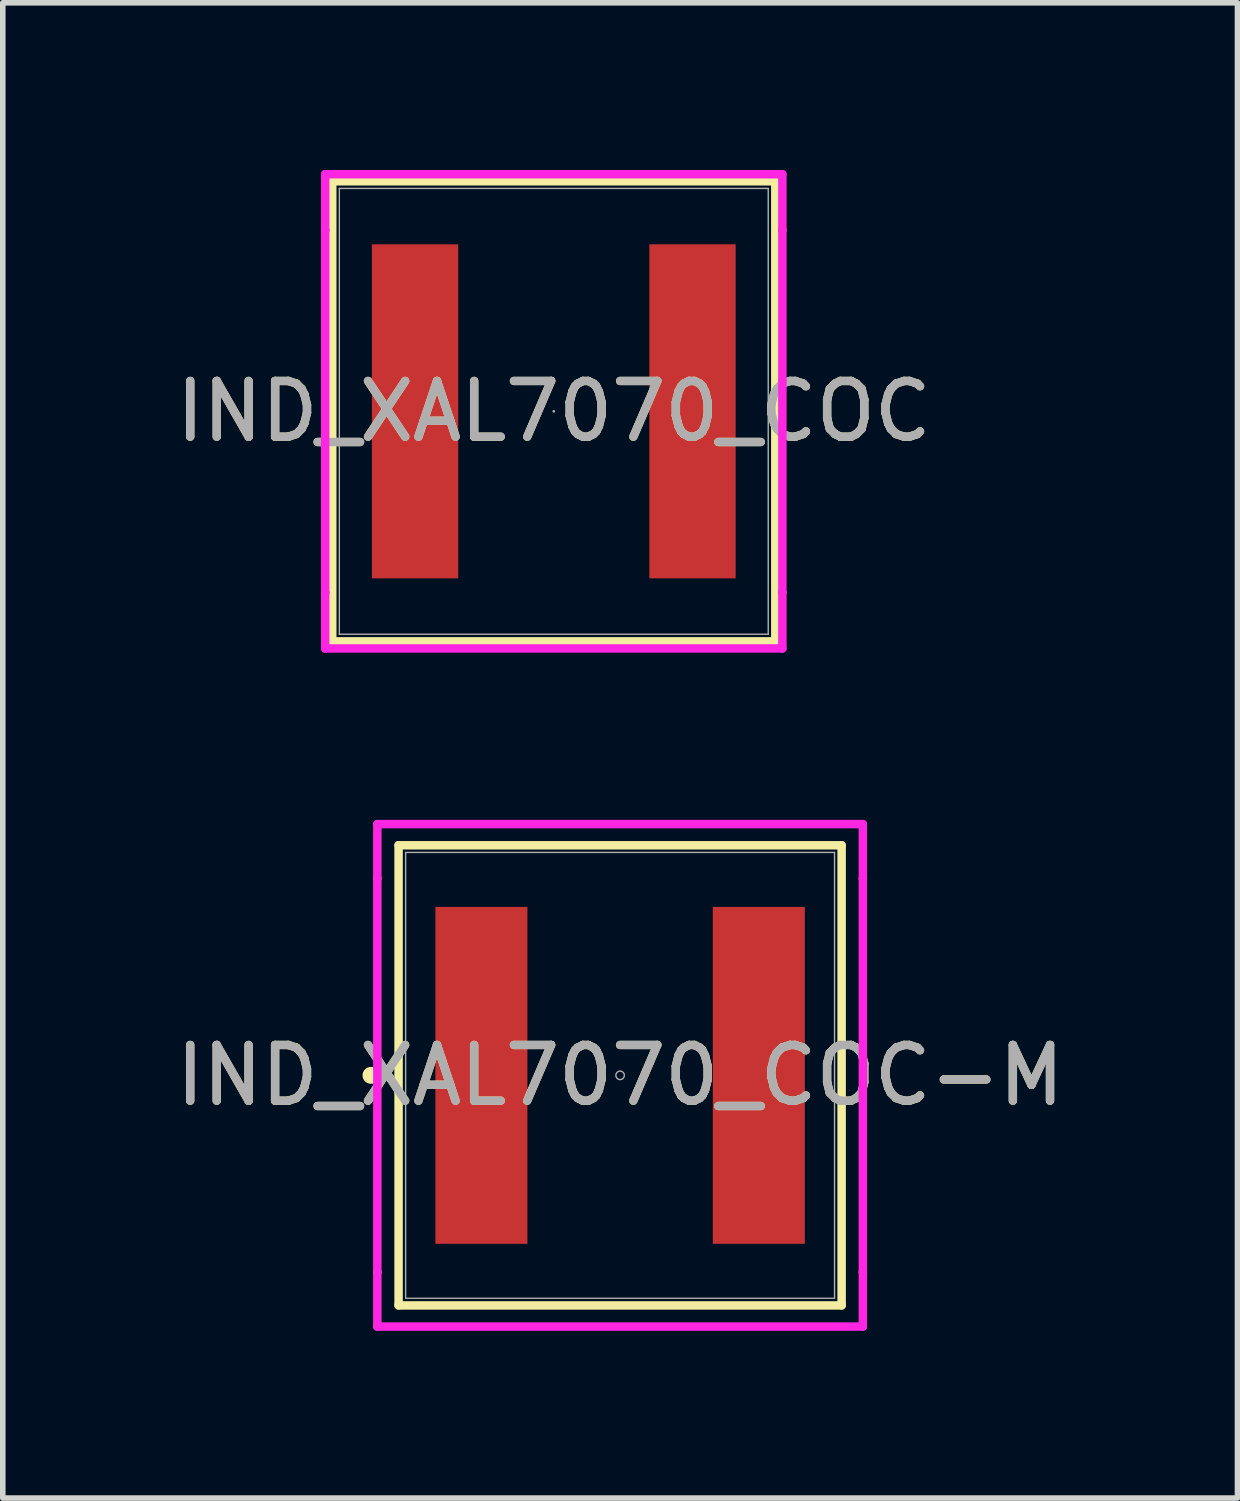
<source format=kicad_pcb>
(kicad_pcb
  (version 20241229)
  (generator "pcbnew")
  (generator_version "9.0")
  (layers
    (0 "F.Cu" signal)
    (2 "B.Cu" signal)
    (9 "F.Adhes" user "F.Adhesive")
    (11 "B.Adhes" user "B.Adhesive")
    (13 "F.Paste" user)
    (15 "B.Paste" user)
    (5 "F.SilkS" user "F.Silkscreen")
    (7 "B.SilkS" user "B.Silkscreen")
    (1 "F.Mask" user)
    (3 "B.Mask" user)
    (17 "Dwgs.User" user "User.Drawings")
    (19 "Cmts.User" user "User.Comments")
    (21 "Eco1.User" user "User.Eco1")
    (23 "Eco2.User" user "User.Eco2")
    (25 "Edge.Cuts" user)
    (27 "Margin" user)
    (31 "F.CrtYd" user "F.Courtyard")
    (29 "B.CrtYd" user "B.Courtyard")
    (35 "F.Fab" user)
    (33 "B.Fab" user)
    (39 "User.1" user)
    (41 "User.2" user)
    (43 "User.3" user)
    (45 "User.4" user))
  (footprint "IND_XAL7070_COC-M"
    (layer "F.Cu")
    (at 8.077 16.246)
    (property "Reference" "IND_XAL7070_COC-M" (at 0 0 0) (unlocked yes) (layer "F.SilkS") (effects (font (size 1 1) (thickness 0.15))))
    (attr smd)
    (fp_line (start -3.975 -4.128) (end -3.975 4.128) (stroke (width 0.152) (type solid)) (layer "F.SilkS"))
    (fp_line (start -3.975 4.128) (end 3.975 4.128) (stroke (width 0.152) (type solid)) (layer "F.SilkS"))
    (fp_line (start 3.975 -4.128) (end -3.975 -4.128) (stroke (width 0.152) (type solid)) (layer "F.SilkS"))
    (fp_line (start 3.975 4.128) (end 3.975 -4.128) (stroke (width 0.152) (type solid)) (layer "F.SilkS"))
    (fp_circle (center -4.47 0) (end -4.394 0) (stroke (width 0.152) (type solid)) (fill no) (layer "F.SilkS"))
    (fp_line (start -4.356 -4.508) (end 4.356 -4.508) (stroke (width 0.152) (type solid)) (layer "F.CrtYd"))
    (fp_line (start -4.356 -3.531) (end -4.356 -4.508) (stroke (width 0.152) (type solid)) (layer "F.CrtYd"))
    (fp_line (start -4.356 -3.531) (end -4.356 -3.531) (stroke (width 0.152) (type solid)) (layer "F.CrtYd"))
    (fp_line (start -4.356 3.531) (end -4.356 -3.531) (stroke (width 0.152) (type solid)) (layer "F.CrtYd"))
    (fp_line (start -4.356 3.531) (end -4.356 3.531) (stroke (width 0.152) (type solid)) (layer "F.CrtYd"))
    (fp_line (start -4.356 4.508) (end -4.356 3.531) (stroke (width 0.152) (type solid)) (layer "F.CrtYd"))
    (fp_line (start 4.356 -4.508) (end 4.356 -3.531) (stroke (width 0.152) (type solid)) (layer "F.CrtYd"))
    (fp_line (start 4.356 -3.531) (end 4.356 -3.531) (stroke (width 0.152) (type solid)) (layer "F.CrtYd"))
    (fp_line (start 4.356 -3.531) (end 4.356 3.531) (stroke (width 0.152) (type solid)) (layer "F.CrtYd"))
    (fp_line (start 4.356 3.531) (end 4.356 3.531) (stroke (width 0.152) (type solid)) (layer "F.CrtYd"))
    (fp_line (start 4.356 3.531) (end 4.356 4.508) (stroke (width 0.152) (type solid)) (layer "F.CrtYd"))
    (fp_line (start 4.356 4.508) (end -4.356 4.508) (stroke (width 0.152) (type solid)) (layer "F.CrtYd"))
    (fp_line (start -3.848 -4) (end -3.848 4) (stroke (width 0.025) (type solid)) (layer "F.Fab"))
    (fp_line (start -3.848 4) (end 3.848 4) (stroke (width 0.025) (type solid)) (layer "F.Fab"))
    (fp_line (start 3.848 -4) (end -3.848 -4) (stroke (width 0.025) (type solid)) (layer "F.Fab"))
    (fp_line (start 3.848 4) (end 3.848 -4) (stroke (width 0.025) (type solid)) (layer "F.Fab"))
    (fp_circle (center 0 0) (end 0.076 0) (stroke (width 0.025) (type solid)) (fill no) (layer "F.Fab"))
    (fp_text user "${REFERENCE}" (at 0 0 0) (unlocked yes) (layer "F.Fab") (effects (font (size 1 1) (thickness 0.15))))
    (pad "1" smd rect (at -2.489 0) (size 1.651 6.045) (layers "F.Cu" "F.Mask" "F.Paste"))
    (pad "2" smd rect (at 2.489 0) (size 1.651 6.045) (layers "F.Cu" "F.Mask" "F.Paste")))
  (footprint "IND_XAL7070_COC"
    (layer "F.Cu")
    (at 6.887 4.331)
    (property "Reference" "IND_XAL7070_COC" (at 0 0 0) (unlocked yes) (layer "F.SilkS") (effects (font (size 1 1) (thickness 0.15))))
    (attr smd)
    (fp_line (start -3.975 -4.128) (end -3.975 4.128) (stroke (width 0.152) (type solid)) (layer "F.SilkS"))
    (fp_line (start -3.975 4.128) (end 3.975 4.128) (stroke (width 0.152) (type solid)) (layer "F.SilkS"))
    (fp_line (start 3.975 -4.128) (end -3.975 -4.128) (stroke (width 0.152) (type solid)) (layer "F.SilkS"))
    (fp_line (start 3.975 4.128) (end 3.975 -4.128) (stroke (width 0.152) (type solid)) (layer "F.SilkS"))
    (fp_line (start -4.102 -4.255) (end 4.102 -4.255) (stroke (width 0.152) (type solid)) (layer "F.CrtYd"))
    (fp_line (start -4.102 -3.251) (end -4.102 -4.255) (stroke (width 0.152) (type solid)) (layer "F.CrtYd"))
    (fp_line (start -4.102 -3.251) (end -4.102 -3.251) (stroke (width 0.152) (type solid)) (layer "F.CrtYd"))
    (fp_line (start -4.102 3.251) (end -4.102 -3.251) (stroke (width 0.152) (type solid)) (layer "F.CrtYd"))
    (fp_line (start -4.102 3.251) (end -4.102 3.251) (stroke (width 0.152) (type solid)) (layer "F.CrtYd"))
    (fp_line (start -4.102 4.255) (end -4.102 3.251) (stroke (width 0.152) (type solid)) (layer "F.CrtYd"))
    (fp_line (start 4.102 -4.255) (end 4.102 -3.251) (stroke (width 0.152) (type solid)) (layer "F.CrtYd"))
    (fp_line (start 4.102 -3.251) (end 4.102 -3.251) (stroke (width 0.152) (type solid)) (layer "F.CrtYd"))
    (fp_line (start 4.102 -3.251) (end 4.102 3.251) (stroke (width 0.152) (type solid)) (layer "F.CrtYd"))
    (fp_line (start 4.102 3.251) (end 4.102 3.251) (stroke (width 0.152) (type solid)) (layer "F.CrtYd"))
    (fp_line (start 4.102 3.251) (end 4.102 4.255) (stroke (width 0.152) (type solid)) (layer "F.CrtYd"))
    (fp_line (start 4.102 4.255) (end -4.102 4.255) (stroke (width 0.152) (type solid)) (layer "F.CrtYd"))
    (fp_line (start -3.848 -4) (end -3.848 4) (stroke (width 0.025) (type solid)) (layer "F.Fab"))
    (fp_line (start -3.848 4) (end 3.848 4) (stroke (width 0.025) (type solid)) (layer "F.Fab"))
    (fp_line (start 3.848 -4) (end -3.848 -4) (stroke (width 0.025) (type solid)) (layer "F.Fab"))
    (fp_line (start 3.848 4) (end 3.848 -4) (stroke (width 0.025) (type solid)) (layer "F.Fab"))
    (fp_circle (center 0 0) (end 0 0) (stroke (width 0.025) (type solid)) (fill no) (layer "F.Fab"))
    (fp_text user "${REFERENCE}" (at 0 0 0) (unlocked yes) (layer "F.Fab") (effects (font (size 1 1) (thickness 0.15))))
    (pad "1" smd rect (at -2.489 0) (size 1.549 5.994) (layers "F.Cu" "F.Mask" "F.Paste"))
    (pad "2" smd rect (at 2.489 0) (size 1.549 5.994) (layers "F.Cu" "F.Mask" "F.Paste")))
  (gr_rect
    (start -3 -3)
    (end 19.155 23.831)
    (stroke (width 0.1) (type default))
    (fill no)
    (layer "Edge.Cuts")))
</source>
